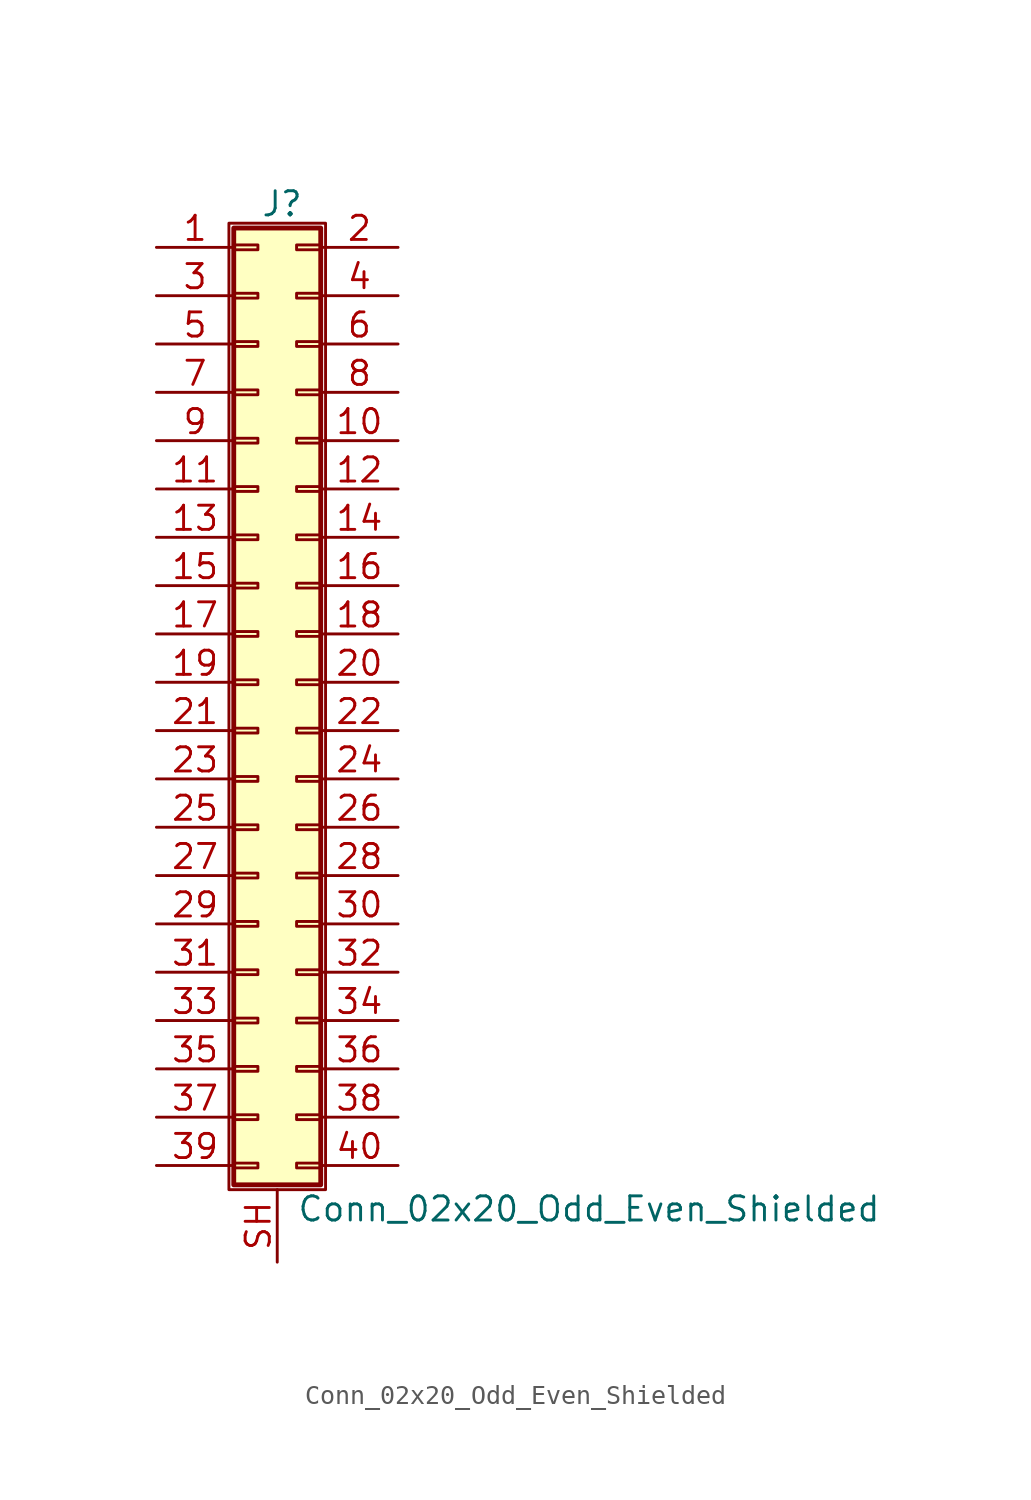
<source format=kicad_sym>
(kicad_symbol_lib
  (version 20201005)
  (generator kicad_symbol_editor)
  (symbol "Conn_02x20_Odd_Even_Shielded"
    (pin_names
      (offset 1.016) hide)
    (property "Reference" "J"
      (at 1.524 25.146 0)
      (effects (font (size 1.27 1.27))))
    (property "Value" "Conn_02x20_Odd_Even_Shielded"
      (at 2.286 -27.686 0)
      (effects (font (size 1.27 1.27)) (justify left)))
    (symbol "Conn_02x20_Odd_Even_Shielded_1_1"
      (rectangle (start -1.27 24.13) (end 3.81 -26.67) (stroke (width 0.152)) (fill (type none)))
      (rectangle (start -1.016 -25.273) (end 0.254 -25.527) (stroke (width 0.152)) (fill (type none)))
      (rectangle (start -1.016 -22.733) (end 0.254 -22.987) (stroke (width 0.152)) (fill (type none)))
      (rectangle (start -1.016 -20.193) (end 0.254 -20.447) (stroke (width 0.152)) (fill (type none)))
      (rectangle (start -1.016 -17.653) (end 0.254 -17.907) (stroke (width 0.152)) (fill (type none)))
      (rectangle (start -1.016 -15.113) (end 0.254 -15.367) (stroke (width 0.152)) (fill (type none)))
      (rectangle (start -1.016 -12.573) (end 0.254 -12.827) (stroke (width 0.152)) (fill (type none)))
      (rectangle (start -1.016 -10.033) (end 0.254 -10.287) (stroke (width 0.152)) (fill (type none)))
      (rectangle (start -1.016 -7.493) (end 0.254 -7.747) (stroke (width 0.152)) (fill (type none)))
      (rectangle (start -1.016 -4.953) (end 0.254 -5.207) (stroke (width 0.152)) (fill (type none)))
      (rectangle (start -1.016 -2.413) (end 0.254 -2.667) (stroke (width 0.152)) (fill (type none)))
      (rectangle (start -1.016 0.127) (end 0.254 -0.127) (stroke (width 0.152)) (fill (type none)))
      (rectangle (start -1.016 2.667) (end 0.254 2.413) (stroke (width 0.152)) (fill (type none)))
      (rectangle (start -1.016 5.207) (end 0.254 4.953) (stroke (width 0.152)) (fill (type none)))
      (rectangle (start -1.016 7.747) (end 0.254 7.493) (stroke (width 0.152)) (fill (type none)))
      (rectangle (start -1.016 10.287) (end 0.254 10.033) (stroke (width 0.152)) (fill (type none)))
      (rectangle (start -1.016 12.827) (end 0.254 12.573) (stroke (width 0.152)) (fill (type none)))
      (rectangle (start -1.016 15.367) (end 0.254 15.113) (stroke (width 0.152)) (fill (type none)))
      (rectangle (start -1.016 17.907) (end 0.254 17.653) (stroke (width 0.152)) (fill (type none)))
      (rectangle (start -1.016 20.447) (end 0.254 20.193) (stroke (width 0.152)) (fill (type none)))
      (rectangle (start -1.016 22.987) (end 0.254 22.733) (stroke (width 0.152)) (fill (type none)))
      (rectangle (start 3.556 -25.273) (end 2.286 -25.527) (stroke (width 0.152)) (fill (type none)))
      (rectangle (start 3.556 -22.733) (end 2.286 -22.987) (stroke (width 0.152)) (fill (type none)))
      (rectangle (start 3.556 -20.193) (end 2.286 -20.447) (stroke (width 0.152)) (fill (type none)))
      (rectangle (start 3.556 -17.653) (end 2.286 -17.907) (stroke (width 0.152)) (fill (type none)))
      (rectangle (start 3.556 -15.113) (end 2.286 -15.367) (stroke (width 0.152)) (fill (type none)))
      (rectangle (start 3.556 -12.573) (end 2.286 -12.827) (stroke (width 0.152)) (fill (type none)))
      (rectangle (start 3.556 -10.033) (end 2.286 -10.287) (stroke (width 0.152)) (fill (type none)))
      (rectangle (start 3.556 -7.493) (end 2.286 -7.747) (stroke (width 0.152)) (fill (type none)))
      (rectangle (start 3.556 -4.953) (end 2.286 -5.207) (stroke (width 0.152)) (fill (type none)))
      (rectangle (start 3.556 -2.413) (end 2.286 -2.667) (stroke (width 0.152)) (fill (type none)))
      (rectangle (start 3.556 0.127) (end 2.286 -0.127) (stroke (width 0.152)) (fill (type none)))
      (rectangle (start 3.556 2.667) (end 2.286 2.413) (stroke (width 0.152)) (fill (type none)))
      (rectangle (start 3.556 5.207) (end 2.286 4.953) (stroke (width 0.152)) (fill (type none)))
      (rectangle (start 3.556 7.747) (end 2.286 7.493) (stroke (width 0.152)) (fill (type none)))
      (rectangle (start 3.556 10.287) (end 2.286 10.033) (stroke (width 0.152)) (fill (type none)))
      (rectangle (start 3.556 12.827) (end 2.286 12.573) (stroke (width 0.152)) (fill (type none)))
      (rectangle (start 3.556 15.367) (end 2.286 15.113) (stroke (width 0.152)) (fill (type none)))
      (rectangle (start 3.556 17.907) (end 2.286 17.653) (stroke (width 0.152)) (fill (type none)))
      (rectangle (start 3.556 20.447) (end 2.286 20.193) (stroke (width 0.152)) (fill (type none)))
      (rectangle (start 3.556 22.987) (end 2.286 22.733) (stroke (width 0.152)) (fill (type none)))
      (rectangle (start -1.016 23.876) (end 3.556 -26.416) (stroke (width 0.254)) (fill (type background)))
      (pin passive line (at -5.08 22.86 0) (length 4.064) (name "Pin_1" (effects (font (size 1.27 1.27)))) (number "1" (effects (font (size 1.27 1.27)))))
      (pin passive line (at 7.62 12.7 180) (length 4.064) (name "Pin_10" (effects (font (size 1.27 1.27)))) (number "10" (effects (font (size 1.27 1.27)))))
      (pin passive line (at -5.08 10.16 0) (length 4.064) (name "Pin_11" (effects (font (size 1.27 1.27)))) (number "11" (effects (font (size 1.27 1.27)))))
      (pin passive line (at 7.62 10.16 180) (length 4.064) (name "Pin_12" (effects (font (size 1.27 1.27)))) (number "12" (effects (font (size 1.27 1.27)))))
      (pin passive line (at -5.08 7.62 0) (length 4.064) (name "Pin_13" (effects (font (size 1.27 1.27)))) (number "13" (effects (font (size 1.27 1.27)))))
      (pin passive line (at 7.62 7.62 180) (length 4.064) (name "Pin_14" (effects (font (size 1.27 1.27)))) (number "14" (effects (font (size 1.27 1.27)))))
      (pin passive line (at -5.08 5.08 0) (length 4.064) (name "Pin_15" (effects (font (size 1.27 1.27)))) (number "15" (effects (font (size 1.27 1.27)))))
      (pin passive line (at 7.62 5.08 180) (length 4.064) (name "Pin_16" (effects (font (size 1.27 1.27)))) (number "16" (effects (font (size 1.27 1.27)))))
      (pin passive line (at -5.08 2.54 0) (length 4.064) (name "Pin_17" (effects (font (size 1.27 1.27)))) (number "17" (effects (font (size 1.27 1.27)))))
      (pin passive line (at 7.62 2.54 180) (length 4.064) (name "Pin_18" (effects (font (size 1.27 1.27)))) (number "18" (effects (font (size 1.27 1.27)))))
      (pin passive line (at -5.08 0 0) (length 4.064) (name "Pin_19" (effects (font (size 1.27 1.27)))) (number "19" (effects (font (size 1.27 1.27)))))
      (pin passive line (at 7.62 22.86 180) (length 4.064) (name "Pin_2" (effects (font (size 1.27 1.27)))) (number "2" (effects (font (size 1.27 1.27)))))
      (pin passive line (at 7.62 0 180) (length 4.064) (name "Pin_20" (effects (font (size 1.27 1.27)))) (number "20" (effects (font (size 1.27 1.27)))))
      (pin passive line (at -5.08 -2.54 0) (length 4.064) (name "Pin_21" (effects (font (size 1.27 1.27)))) (number "21" (effects (font (size 1.27 1.27)))))
      (pin passive line (at 7.62 -2.54 180) (length 4.064) (name "Pin_22" (effects (font (size 1.27 1.27)))) (number "22" (effects (font (size 1.27 1.27)))))
      (pin passive line (at -5.08 -5.08 0) (length 4.064) (name "Pin_23" (effects (font (size 1.27 1.27)))) (number "23" (effects (font (size 1.27 1.27)))))
      (pin passive line (at 7.62 -5.08 180) (length 4.064) (name "Pin_24" (effects (font (size 1.27 1.27)))) (number "24" (effects (font (size 1.27 1.27)))))
      (pin passive line (at -5.08 -7.62 0) (length 4.064) (name "Pin_25" (effects (font (size 1.27 1.27)))) (number "25" (effects (font (size 1.27 1.27)))))
      (pin passive line (at 7.62 -7.62 180) (length 4.064) (name "Pin_26" (effects (font (size 1.27 1.27)))) (number "26" (effects (font (size 1.27 1.27)))))
      (pin passive line (at -5.08 -10.16 0) (length 4.064) (name "Pin_27" (effects (font (size 1.27 1.27)))) (number "27" (effects (font (size 1.27 1.27)))))
      (pin passive line (at 7.62 -10.16 180) (length 4.064) (name "Pin_28" (effects (font (size 1.27 1.27)))) (number "28" (effects (font (size 1.27 1.27)))))
      (pin passive line (at -5.08 -12.7 0) (length 4.064) (name "Pin_29" (effects (font (size 1.27 1.27)))) (number "29" (effects (font (size 1.27 1.27)))))
      (pin passive line (at -5.08 20.32 0) (length 4.064) (name "Pin_3" (effects (font (size 1.27 1.27)))) (number "3" (effects (font (size 1.27 1.27)))))
      (pin passive line (at 7.62 -12.7 180) (length 4.064) (name "Pin_30" (effects (font (size 1.27 1.27)))) (number "30" (effects (font (size 1.27 1.27)))))
      (pin passive line (at -5.08 -15.24 0) (length 4.064) (name "Pin_31" (effects (font (size 1.27 1.27)))) (number "31" (effects (font (size 1.27 1.27)))))
      (pin passive line (at 7.62 -15.24 180) (length 4.064) (name "Pin_32" (effects (font (size 1.27 1.27)))) (number "32" (effects (font (size 1.27 1.27)))))
      (pin passive line (at -5.08 -17.78 0) (length 4.064) (name "Pin_33" (effects (font (size 1.27 1.27)))) (number "33" (effects (font (size 1.27 1.27)))))
      (pin passive line (at 7.62 -17.78 180) (length 4.064) (name "Pin_34" (effects (font (size 1.27 1.27)))) (number "34" (effects (font (size 1.27 1.27)))))
      (pin passive line (at -5.08 -20.32 0) (length 4.064) (name "Pin_35" (effects (font (size 1.27 1.27)))) (number "35" (effects (font (size 1.27 1.27)))))
      (pin passive line (at 7.62 -20.32 180) (length 4.064) (name "Pin_36" (effects (font (size 1.27 1.27)))) (number "36" (effects (font (size 1.27 1.27)))))
      (pin passive line (at -5.08 -22.86 0) (length 4.064) (name "Pin_37" (effects (font (size 1.27 1.27)))) (number "37" (effects (font (size 1.27 1.27)))))
      (pin passive line (at 7.62 -22.86 180) (length 4.064) (name "Pin_38" (effects (font (size 1.27 1.27)))) (number "38" (effects (font (size 1.27 1.27)))))
      (pin passive line (at -5.08 -25.4 0) (length 4.064) (name "Pin_39" (effects (font (size 1.27 1.27)))) (number "39" (effects (font (size 1.27 1.27)))))
      (pin passive line (at 7.62 20.32 180) (length 4.064) (name "Pin_4" (effects (font (size 1.27 1.27)))) (number "4" (effects (font (size 1.27 1.27)))))
      (pin passive line (at 7.62 -25.4 180) (length 4.064) (name "Pin_40" (effects (font (size 1.27 1.27)))) (number "40" (effects (font (size 1.27 1.27)))))
      (pin passive line (at -5.08 17.78 0) (length 4.064) (name "Pin_5" (effects (font (size 1.27 1.27)))) (number "5" (effects (font (size 1.27 1.27)))))
      (pin passive line (at 7.62 17.78 180) (length 4.064) (name "Pin_6" (effects (font (size 1.27 1.27)))) (number "6" (effects (font (size 1.27 1.27)))))
      (pin passive line (at -5.08 15.24 0) (length 4.064) (name "Pin_7" (effects (font (size 1.27 1.27)))) (number "7" (effects (font (size 1.27 1.27)))))
      (pin passive line (at 7.62 15.24 180) (length 4.064) (name "Pin_8" (effects (font (size 1.27 1.27)))) (number "8" (effects (font (size 1.27 1.27)))))
      (pin passive line (at -5.08 12.7 0) (length 4.064) (name "Pin_9" (effects (font (size 1.27 1.27)))) (number "9" (effects (font (size 1.27 1.27)))))
      (pin passive line (at 1.27 -30.48 90) (length 3.81) (name "Shield" (effects (font (size 1.27 1.27)))) (number "SH" (effects (font (size 1.27 1.27))))))))
</source>
